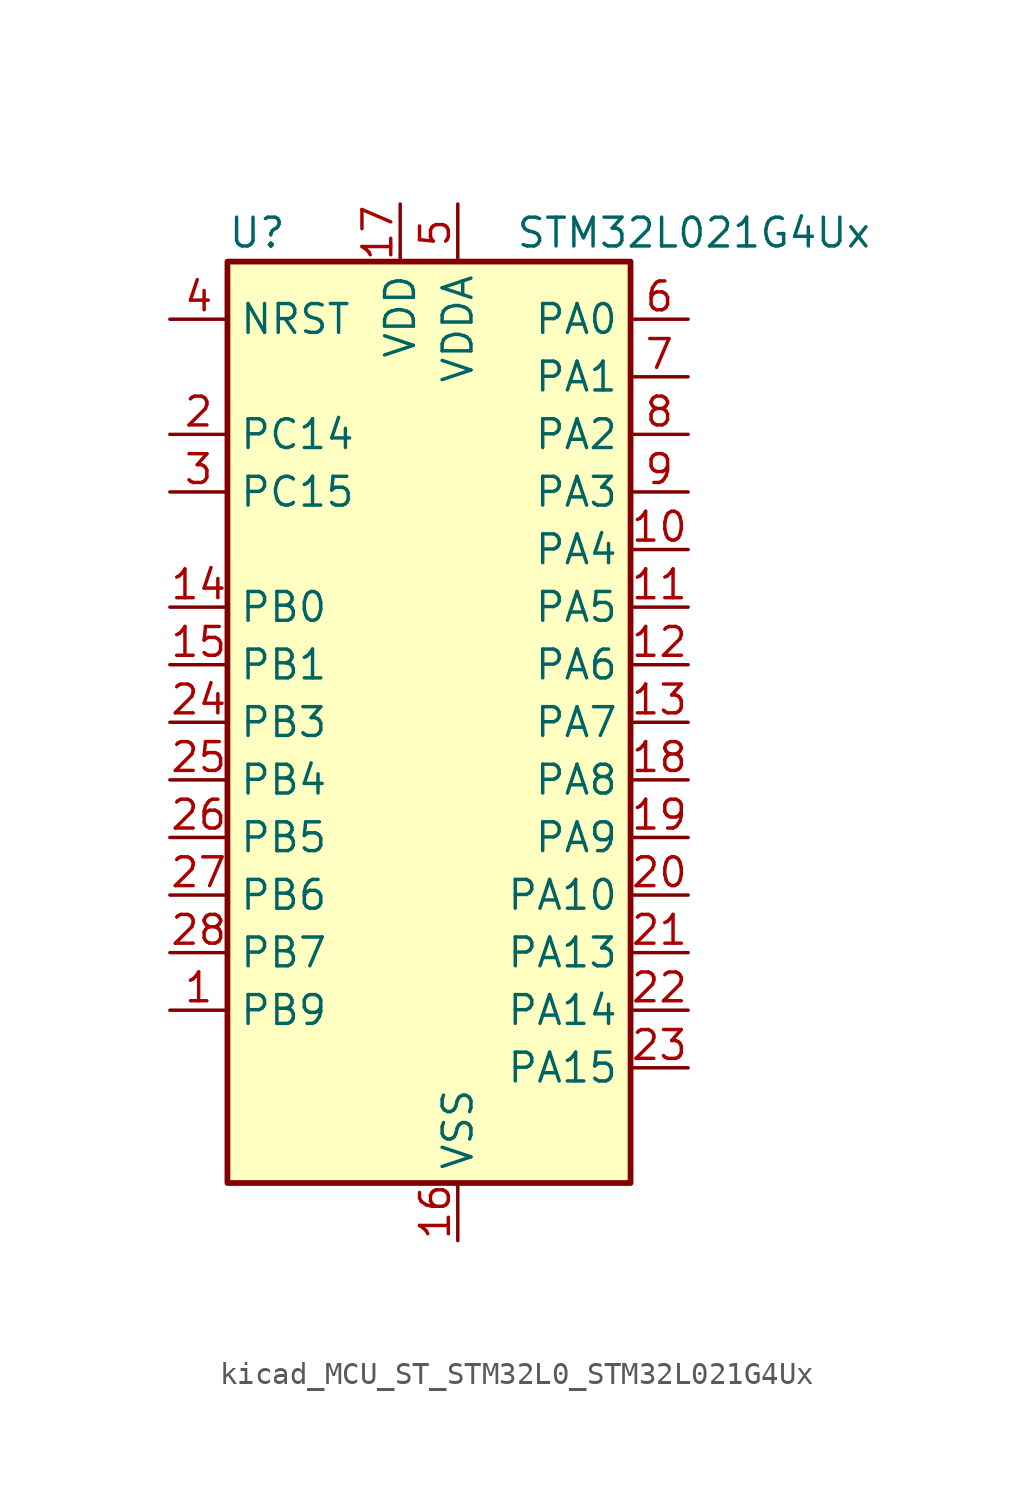
<source format=kicad_sym>
(kicad_symbol_lib
  (version 20220914)
  (generator kicad_symbol_editor)
  (symbol "kicad_MCU_ST_STM32L0_STM32L021G4Ux"
    (property "Reference" "U"
      (at -7.62 21.59 0)
      (effects (font (size 1.27 1.27)) (justify left)))
    (property "Value" "STM32L021G4Ux"
      (at 5.08 21.59 0)
      (effects (font (size 1.27 1.27)) (justify left)))
    (property "ki_locked" ""
      (at 0 0 0)
      (effects (font (size 1.27 1.27))))
    (symbol "kicad_MCU_ST_STM32L0_STM32L021G4Ux_0_1"
      (rectangle (start -7.62 -20.32) (end 10.16 20.32) (stroke (width 0.254) (type default)) (fill (type background))))
    (symbol "kicad_MCU_ST_STM32L0_STM32L021G4Ux_1_1"
      (pin bidirectional line (at -10.16 -12.7 0) (length 2.54) (name "PB9" (effects (font (size 1.27 1.27)))) (number "1" (effects (font (size 1.27 1.27)))))
      (pin bidirectional line (at 12.7 7.62 180) (length 2.54) (name "PA4" (effects (font (size 1.27 1.27)))) (number "10" (effects (font (size 1.27 1.27)))) (alternate "ADC_IN4" bidirectional line) (alternate "COMP1_INM" bidirectional line) (alternate "COMP2_INM" bidirectional line) (alternate "COMP2_OUT" bidirectional line) (alternate "I2C1_SCL" bidirectional line) (alternate "LPTIM1_ETR" bidirectional line) (alternate "LPTIM1_IN1" bidirectional line) (alternate "LPUART1_TX" bidirectional line) (alternate "SPI1_NSS" bidirectional line) (alternate "TIM2_ETR" bidirectional line) (alternate "USART2_CK" bidirectional line))
      (pin bidirectional line (at 12.7 5.08 180) (length 2.54) (name "PA5" (effects (font (size 1.27 1.27)))) (number "11" (effects (font (size 1.27 1.27)))) (alternate "ADC_IN5" bidirectional line) (alternate "COMP1_INM" bidirectional line) (alternate "COMP2_INM" bidirectional line) (alternate "LPTIM1_IN2" bidirectional line) (alternate "SPI1_SCK" bidirectional line) (alternate "TIM2_CH1" bidirectional line) (alternate "TIM2_ETR" bidirectional line))
      (pin bidirectional line (at 12.7 2.54 180) (length 2.54) (name "PA6" (effects (font (size 1.27 1.27)))) (number "12" (effects (font (size 1.27 1.27)))) (alternate "ADC_IN6" bidirectional line) (alternate "COMP1_OUT" bidirectional line) (alternate "LPTIM1_ETR" bidirectional line) (alternate "LPUART1_CTS" bidirectional line) (alternate "SPI1_MISO" bidirectional line))
      (pin bidirectional line (at 12.7 0 180) (length 2.54) (name "PA7" (effects (font (size 1.27 1.27)))) (number "13" (effects (font (size 1.27 1.27)))) (alternate "ADC_IN7" bidirectional line) (alternate "COMP2_INP" bidirectional line) (alternate "COMP2_OUT" bidirectional line) (alternate "LPTIM1_OUT" bidirectional line) (alternate "SPI1_MOSI" bidirectional line) (alternate "TIM21_ETR" bidirectional line) (alternate "USART2_CTS" bidirectional line))
      (pin bidirectional line (at -10.16 5.08 0) (length 2.54) (name "PB0" (effects (font (size 1.27 1.27)))) (number "14" (effects (font (size 1.27 1.27)))) (alternate "ADC_IN8" bidirectional line) (alternate "SPI1_MISO" bidirectional line) (alternate "SYS_VREF_OUT_PB0" bidirectional line) (alternate "TIM2_CH2" bidirectional line) (alternate "TIM2_CH3" bidirectional line) (alternate "USART2_DE" bidirectional line) (alternate "USART2_RTS" bidirectional line))
      (pin bidirectional line (at -10.16 2.54 0) (length 2.54) (name "PB1" (effects (font (size 1.27 1.27)))) (number "15" (effects (font (size 1.27 1.27)))) (alternate "ADC_IN9" bidirectional line) (alternate "LPTIM1_IN1" bidirectional line) (alternate "LPUART1_DE" bidirectional line) (alternate "LPUART1_RTS" bidirectional line) (alternate "SPI1_MOSI" bidirectional line) (alternate "SYS_VREF_OUT_PB1" bidirectional line) (alternate "TIM2_CH4" bidirectional line) (alternate "USART2_CK" bidirectional line))
      (pin power_in line (at 2.54 -22.86 90) (length 2.54) (name "VSS" (effects (font (size 1.27 1.27)))) (number "16" (effects (font (size 1.27 1.27)))))
      (pin power_in line (at 0 22.86 270) (length 2.54) (name "VDD" (effects (font (size 1.27 1.27)))) (number "17" (effects (font (size 1.27 1.27)))))
      (pin bidirectional line (at 12.7 -2.54 180) (length 2.54) (name "PA8" (effects (font (size 1.27 1.27)))) (number "18" (effects (font (size 1.27 1.27)))) (alternate "LPTIM1_IN1" bidirectional line) (alternate "RCC_MCO" bidirectional line) (alternate "TIM2_CH1" bidirectional line) (alternate "USART2_CK" bidirectional line))
      (pin bidirectional line (at 12.7 -5.08 180) (length 2.54) (name "PA9" (effects (font (size 1.27 1.27)))) (number "19" (effects (font (size 1.27 1.27)))) (alternate "COMP1_OUT" bidirectional line) (alternate "I2C1_SCL" bidirectional line) (alternate "LPTIM1_OUT" bidirectional line) (alternate "RCC_MCO" bidirectional line) (alternate "TIM21_CH2" bidirectional line) (alternate "USART2_TX" bidirectional line))
      (pin bidirectional line (at -10.16 12.7 0) (length 2.54) (name "PC14" (effects (font (size 1.27 1.27)))) (number "2" (effects (font (size 1.27 1.27)))) (alternate "RCC_OSC32_IN" bidirectional line))
      (pin bidirectional line (at 12.7 -7.62 180) (length 2.54) (name "PA10" (effects (font (size 1.27 1.27)))) (number "20" (effects (font (size 1.27 1.27)))) (alternate "COMP1_OUT" bidirectional line) (alternate "I2C1_SDA" bidirectional line) (alternate "RTC_REFIN" bidirectional line) (alternate "TIM21_CH1" bidirectional line) (alternate "TIM2_CH3" bidirectional line) (alternate "USART2_RX" bidirectional line))
      (pin bidirectional line (at 12.7 -10.16 180) (length 2.54) (name "PA13" (effects (font (size 1.27 1.27)))) (number "21" (effects (font (size 1.27 1.27)))) (alternate "COMP1_OUT" bidirectional line) (alternate "I2C1_SDA" bidirectional line) (alternate "LPTIM1_ETR" bidirectional line) (alternate "LPUART1_RX" bidirectional line) (alternate "SPI1_SCK" bidirectional line) (alternate "SYS_SWDIO" bidirectional line))
      (pin bidirectional line (at 12.7 -12.7 180) (length 2.54) (name "PA14" (effects (font (size 1.27 1.27)))) (number "22" (effects (font (size 1.27 1.27)))) (alternate "COMP2_OUT" bidirectional line) (alternate "I2C1_SMBA" bidirectional line) (alternate "LPTIM1_OUT" bidirectional line) (alternate "LPUART1_TX" bidirectional line) (alternate "SPI1_MISO" bidirectional line) (alternate "SYS_SWCLK" bidirectional line) (alternate "USART2_TX" bidirectional line))
      (pin bidirectional line (at 12.7 -15.24 180) (length 2.54) (name "PA15" (effects (font (size 1.27 1.27)))) (number "23" (effects (font (size 1.27 1.27)))) (alternate "SPI1_NSS" bidirectional line) (alternate "TIM2_CH1" bidirectional line) (alternate "TIM2_ETR" bidirectional line) (alternate "USART2_RX" bidirectional line))
      (pin bidirectional line (at -10.16 0 0) (length 2.54) (name "PB3" (effects (font (size 1.27 1.27)))) (number "24" (effects (font (size 1.27 1.27)))) (alternate "COMP2_INM" bidirectional line) (alternate "SPI1_SCK" bidirectional line) (alternate "TIM2_CH2" bidirectional line))
      (pin bidirectional line (at -10.16 -2.54 0) (length 2.54) (name "PB4" (effects (font (size 1.27 1.27)))) (number "25" (effects (font (size 1.27 1.27)))) (alternate "COMP2_INP" bidirectional line) (alternate "SPI1_MISO" bidirectional line))
      (pin bidirectional line (at -10.16 -5.08 0) (length 2.54) (name "PB5" (effects (font (size 1.27 1.27)))) (number "26" (effects (font (size 1.27 1.27)))) (alternate "COMP2_INP" bidirectional line) (alternate "I2C1_SMBA" bidirectional line) (alternate "LPTIM1_IN1" bidirectional line) (alternate "SPI1_MOSI" bidirectional line) (alternate "TIM21_CH1" bidirectional line))
      (pin bidirectional line (at -10.16 -7.62 0) (length 2.54) (name "PB6" (effects (font (size 1.27 1.27)))) (number "27" (effects (font (size 1.27 1.27)))) (alternate "COMP2_INP" bidirectional line) (alternate "I2C1_SCL" bidirectional line) (alternate "LPTIM1_ETR" bidirectional line) (alternate "LPUART1_TX" bidirectional line) (alternate "TIM2_CH3" bidirectional line) (alternate "USART2_TX" bidirectional line))
      (pin bidirectional line (at -10.16 -10.16 0) (length 2.54) (name "PB7" (effects (font (size 1.27 1.27)))) (number "28" (effects (font (size 1.27 1.27)))) (alternate "COMP2_INP" bidirectional line) (alternate "I2C1_SDA" bidirectional line) (alternate "LPTIM1_IN2" bidirectional line) (alternate "LPUART1_RX" bidirectional line) (alternate "SYS_PVD_IN" bidirectional line) (alternate "TIM2_CH4" bidirectional line) (alternate "USART2_RX" bidirectional line))
      (pin bidirectional line (at -10.16 10.16 0) (length 2.54) (name "PC15" (effects (font (size 1.27 1.27)))) (number "3" (effects (font (size 1.27 1.27)))) (alternate "RCC_OSC32_OUT" bidirectional line))
      (pin input line (at -10.16 17.78 0) (length 2.54) (name "NRST" (effects (font (size 1.27 1.27)))) (number "4" (effects (font (size 1.27 1.27)))))
      (pin power_in line (at 2.54 22.86 270) (length 2.54) (name "VDDA" (effects (font (size 1.27 1.27)))) (number "5" (effects (font (size 1.27 1.27)))))
      (pin bidirectional line (at 12.7 17.78 180) (length 2.54) (name "PA0" (effects (font (size 1.27 1.27)))) (number "6" (effects (font (size 1.27 1.27)))) (alternate "ADC_IN0" bidirectional line) (alternate "COMP1_INM" bidirectional line) (alternate "COMP1_OUT" bidirectional line) (alternate "LPTIM1_IN1" bidirectional line) (alternate "LPUART1_RX" bidirectional line) (alternate "RCC_CK_IN" bidirectional line) (alternate "RTC_TAMP2" bidirectional line) (alternate "SYS_WKUP1" bidirectional line) (alternate "TIM2_CH1" bidirectional line) (alternate "TIM2_ETR" bidirectional line) (alternate "USART2_CTS" bidirectional line) (alternate "USART2_RX" bidirectional line))
      (pin bidirectional line (at 12.7 15.24 180) (length 2.54) (name "PA1" (effects (font (size 1.27 1.27)))) (number "7" (effects (font (size 1.27 1.27)))) (alternate "ADC_IN1" bidirectional line) (alternate "COMP1_INP" bidirectional line) (alternate "I2C1_SMBA" bidirectional line) (alternate "LPTIM1_IN2" bidirectional line) (alternate "LPUART1_TX" bidirectional line) (alternate "TIM21_ETR" bidirectional line) (alternate "TIM2_CH2" bidirectional line) (alternate "USART2_DE" bidirectional line) (alternate "USART2_RTS" bidirectional line))
      (pin bidirectional line (at 12.7 12.7 180) (length 2.54) (name "PA2" (effects (font (size 1.27 1.27)))) (number "8" (effects (font (size 1.27 1.27)))) (alternate "ADC_IN2" bidirectional line) (alternate "COMP2_INM" bidirectional line) (alternate "COMP2_OUT" bidirectional line) (alternate "LPUART1_TX" bidirectional line) (alternate "RTC_OUT_ALARM" bidirectional line) (alternate "RTC_OUT_CALIB" bidirectional line) (alternate "RTC_TAMP3" bidirectional line) (alternate "RTC_TS" bidirectional line) (alternate "SYS_WKUP3" bidirectional line) (alternate "TIM21_CH1" bidirectional line) (alternate "TIM2_CH3" bidirectional line) (alternate "USART2_TX" bidirectional line))
      (pin bidirectional line (at 12.7 10.16 180) (length 2.54) (name "PA3" (effects (font (size 1.27 1.27)))) (number "9" (effects (font (size 1.27 1.27)))) (alternate "ADC_IN3" bidirectional line) (alternate "COMP2_INP" bidirectional line) (alternate "LPUART1_RX" bidirectional line) (alternate "TIM21_CH2" bidirectional line) (alternate "TIM2_CH4" bidirectional line) (alternate "USART2_RX" bidirectional line)))))
</source>
